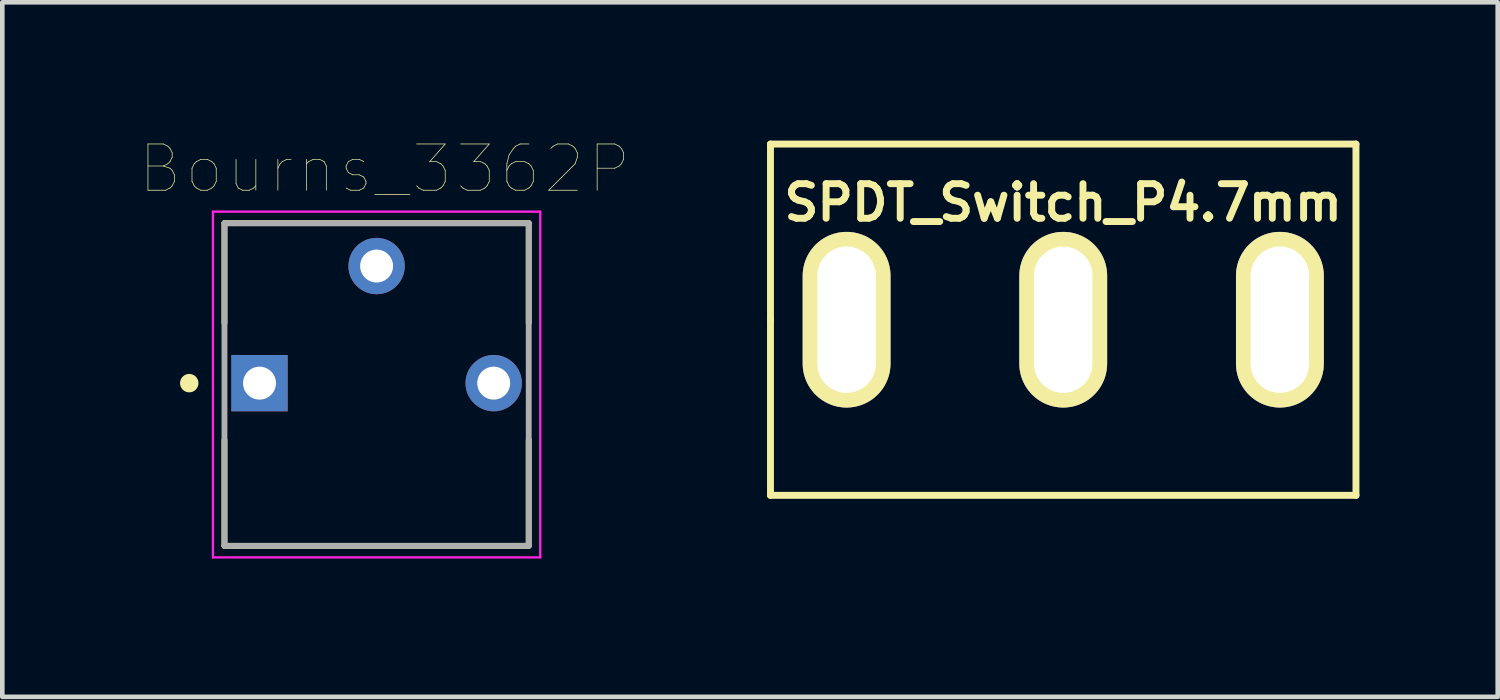
<source format=kicad_pcb>
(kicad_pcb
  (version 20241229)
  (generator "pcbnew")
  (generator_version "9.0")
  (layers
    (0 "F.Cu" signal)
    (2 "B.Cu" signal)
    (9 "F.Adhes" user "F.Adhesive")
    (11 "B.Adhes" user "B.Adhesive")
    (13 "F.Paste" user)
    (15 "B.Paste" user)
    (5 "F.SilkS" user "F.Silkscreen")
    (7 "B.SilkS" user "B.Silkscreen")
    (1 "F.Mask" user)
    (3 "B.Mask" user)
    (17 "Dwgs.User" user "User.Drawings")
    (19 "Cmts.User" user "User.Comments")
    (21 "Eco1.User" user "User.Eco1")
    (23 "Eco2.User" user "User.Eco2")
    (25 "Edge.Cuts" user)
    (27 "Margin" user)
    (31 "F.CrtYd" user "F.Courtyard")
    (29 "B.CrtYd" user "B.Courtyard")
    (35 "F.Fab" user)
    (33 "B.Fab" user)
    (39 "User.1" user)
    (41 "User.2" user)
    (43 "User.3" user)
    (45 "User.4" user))
  (footprint "SPDT_Switch_P4.7mm"
    (layer "F.Cu")
    (at 20.013 3.885)
    (property "Reference" "SPDT_Switch_P4.7mm" (at 0 -2.54 0) (layer "F.SilkS") (effects (font (size 0.75 0.75) (thickness 0.15))))
    (attr through_hole)
    (fp_line (start -6.35 -3.81) (end 6.35 -3.81) (stroke (width 0.15) (type solid)) (layer "F.SilkS"))
    (fp_line (start -6.35 0) (end -6.35 -3.81) (stroke (width 0.15) (type solid)) (layer "F.SilkS"))
    (fp_line (start -6.35 3.81) (end -6.35 0) (stroke (width 0.15) (type solid)) (layer "F.SilkS"))
    (fp_line (start 6.35 -3.81) (end 6.35 3.81) (stroke (width 0.15) (type solid)) (layer "F.SilkS"))
    (fp_line (start 6.35 3.81) (end -6.35 3.81) (stroke (width 0.15) (type solid)) (layer "F.SilkS"))
    (pad "1" thru_hole oval (at -4.699 0) (size 1.905 3.81) (drill oval 1.27 3.175) (layers "*.Cu" "*.Mask" "F.SilkS"))
    (pad "2" thru_hole oval (at 0 0) (size 1.905 3.81) (drill oval 1.27 3.175) (layers "*.Cu" "*.Mask" "F.SilkS"))
    (pad "3" thru_hole oval (at 4.7 0) (size 1.905 3.81) (drill oval 1.27 3.175) (layers "*.Cu" "*.Mask" "F.SilkS")))
  (footprint "Bourns_3362P"
    (layer "F.Cu")
    (at 5.119 5.261)
    (property "Reference" "Bourns_3362P" (at 0.175 -4.648 0) (layer "F.SilkS") (effects (font (size 1.003 1.003) (thickness 0.015))))
    (attr through_hole)
    (fp_line (start -3.3 -3.47) (end 3.3 -3.47) (stroke (width 0.127) (type solid)) (layer "F.SilkS"))
    (fp_line (start -3.3 -1.305) (end -3.3 -3.47) (stroke (width 0.127) (type solid)) (layer "F.SilkS"))
    (fp_line (start -3.3 3.52) (end -3.3 1.235) (stroke (width 0.127) (type solid)) (layer "F.SilkS"))
    (fp_line (start 3.3 -3.47) (end 3.3 -1.305) (stroke (width 0.127) (type solid)) (layer "F.SilkS"))
    (fp_line (start 3.3 1.235) (end 3.3 3.52) (stroke (width 0.127) (type solid)) (layer "F.SilkS"))
    (fp_line (start 3.3 3.53) (end -3.3 3.53) (stroke (width 0.127) (type solid)) (layer "F.SilkS"))
    (fp_circle (center -4.064 0) (end -3.964 0) (stroke (width 0.2) (type solid)) (fill no) (layer "F.SilkS"))
    (fp_line (start -3.55 -3.72) (end 3.55 -3.72) (stroke (width 0.05) (type solid)) (layer "F.CrtYd"))
    (fp_line (start -3.55 3.78) (end -3.55 -3.72) (stroke (width 0.05) (type solid)) (layer "F.CrtYd"))
    (fp_line (start 3.55 -3.72) (end 3.55 3.78) (stroke (width 0.05) (type solid)) (layer "F.CrtYd"))
    (fp_line (start 3.55 3.78) (end -3.55 3.78) (stroke (width 0.05) (type solid)) (layer "F.CrtYd"))
    (fp_line (start -3.3 -3.47) (end 3.3 -3.47) (stroke (width 0.127) (type solid)) (layer "F.Fab"))
    (fp_line (start -3.3 3.53) (end -3.3 -3.47) (stroke (width 0.127) (type solid)) (layer "F.Fab"))
    (fp_line (start 3.3 -3.47) (end 3.3 3.53) (stroke (width 0.127) (type solid)) (layer "F.Fab"))
    (fp_line (start 3.3 3.53) (end -3.3 3.53) (stroke (width 0.127) (type solid)) (layer "F.Fab"))
    (pad "1" thru_hole rect (at -2.54 0) (size 1.222 1.222) (drill 0.714) (layers "*.Cu" "*.Mask"))
    (pad "2" thru_hole circle (at 0 -2.54) (size 1.222 1.222) (drill 0.714) (layers "*.Cu" "*.Mask"))
    (pad "3" thru_hole circle (at 2.54 0) (size 1.222 1.222) (drill 0.714) (layers "*.Cu" "*.Mask")))
  (gr_rect
    (start -3 -3)
    (end 29.438 12.066)
    (stroke (width 0.1) (type default))
    (fill no)
    (layer "Edge.Cuts")))
</source>
